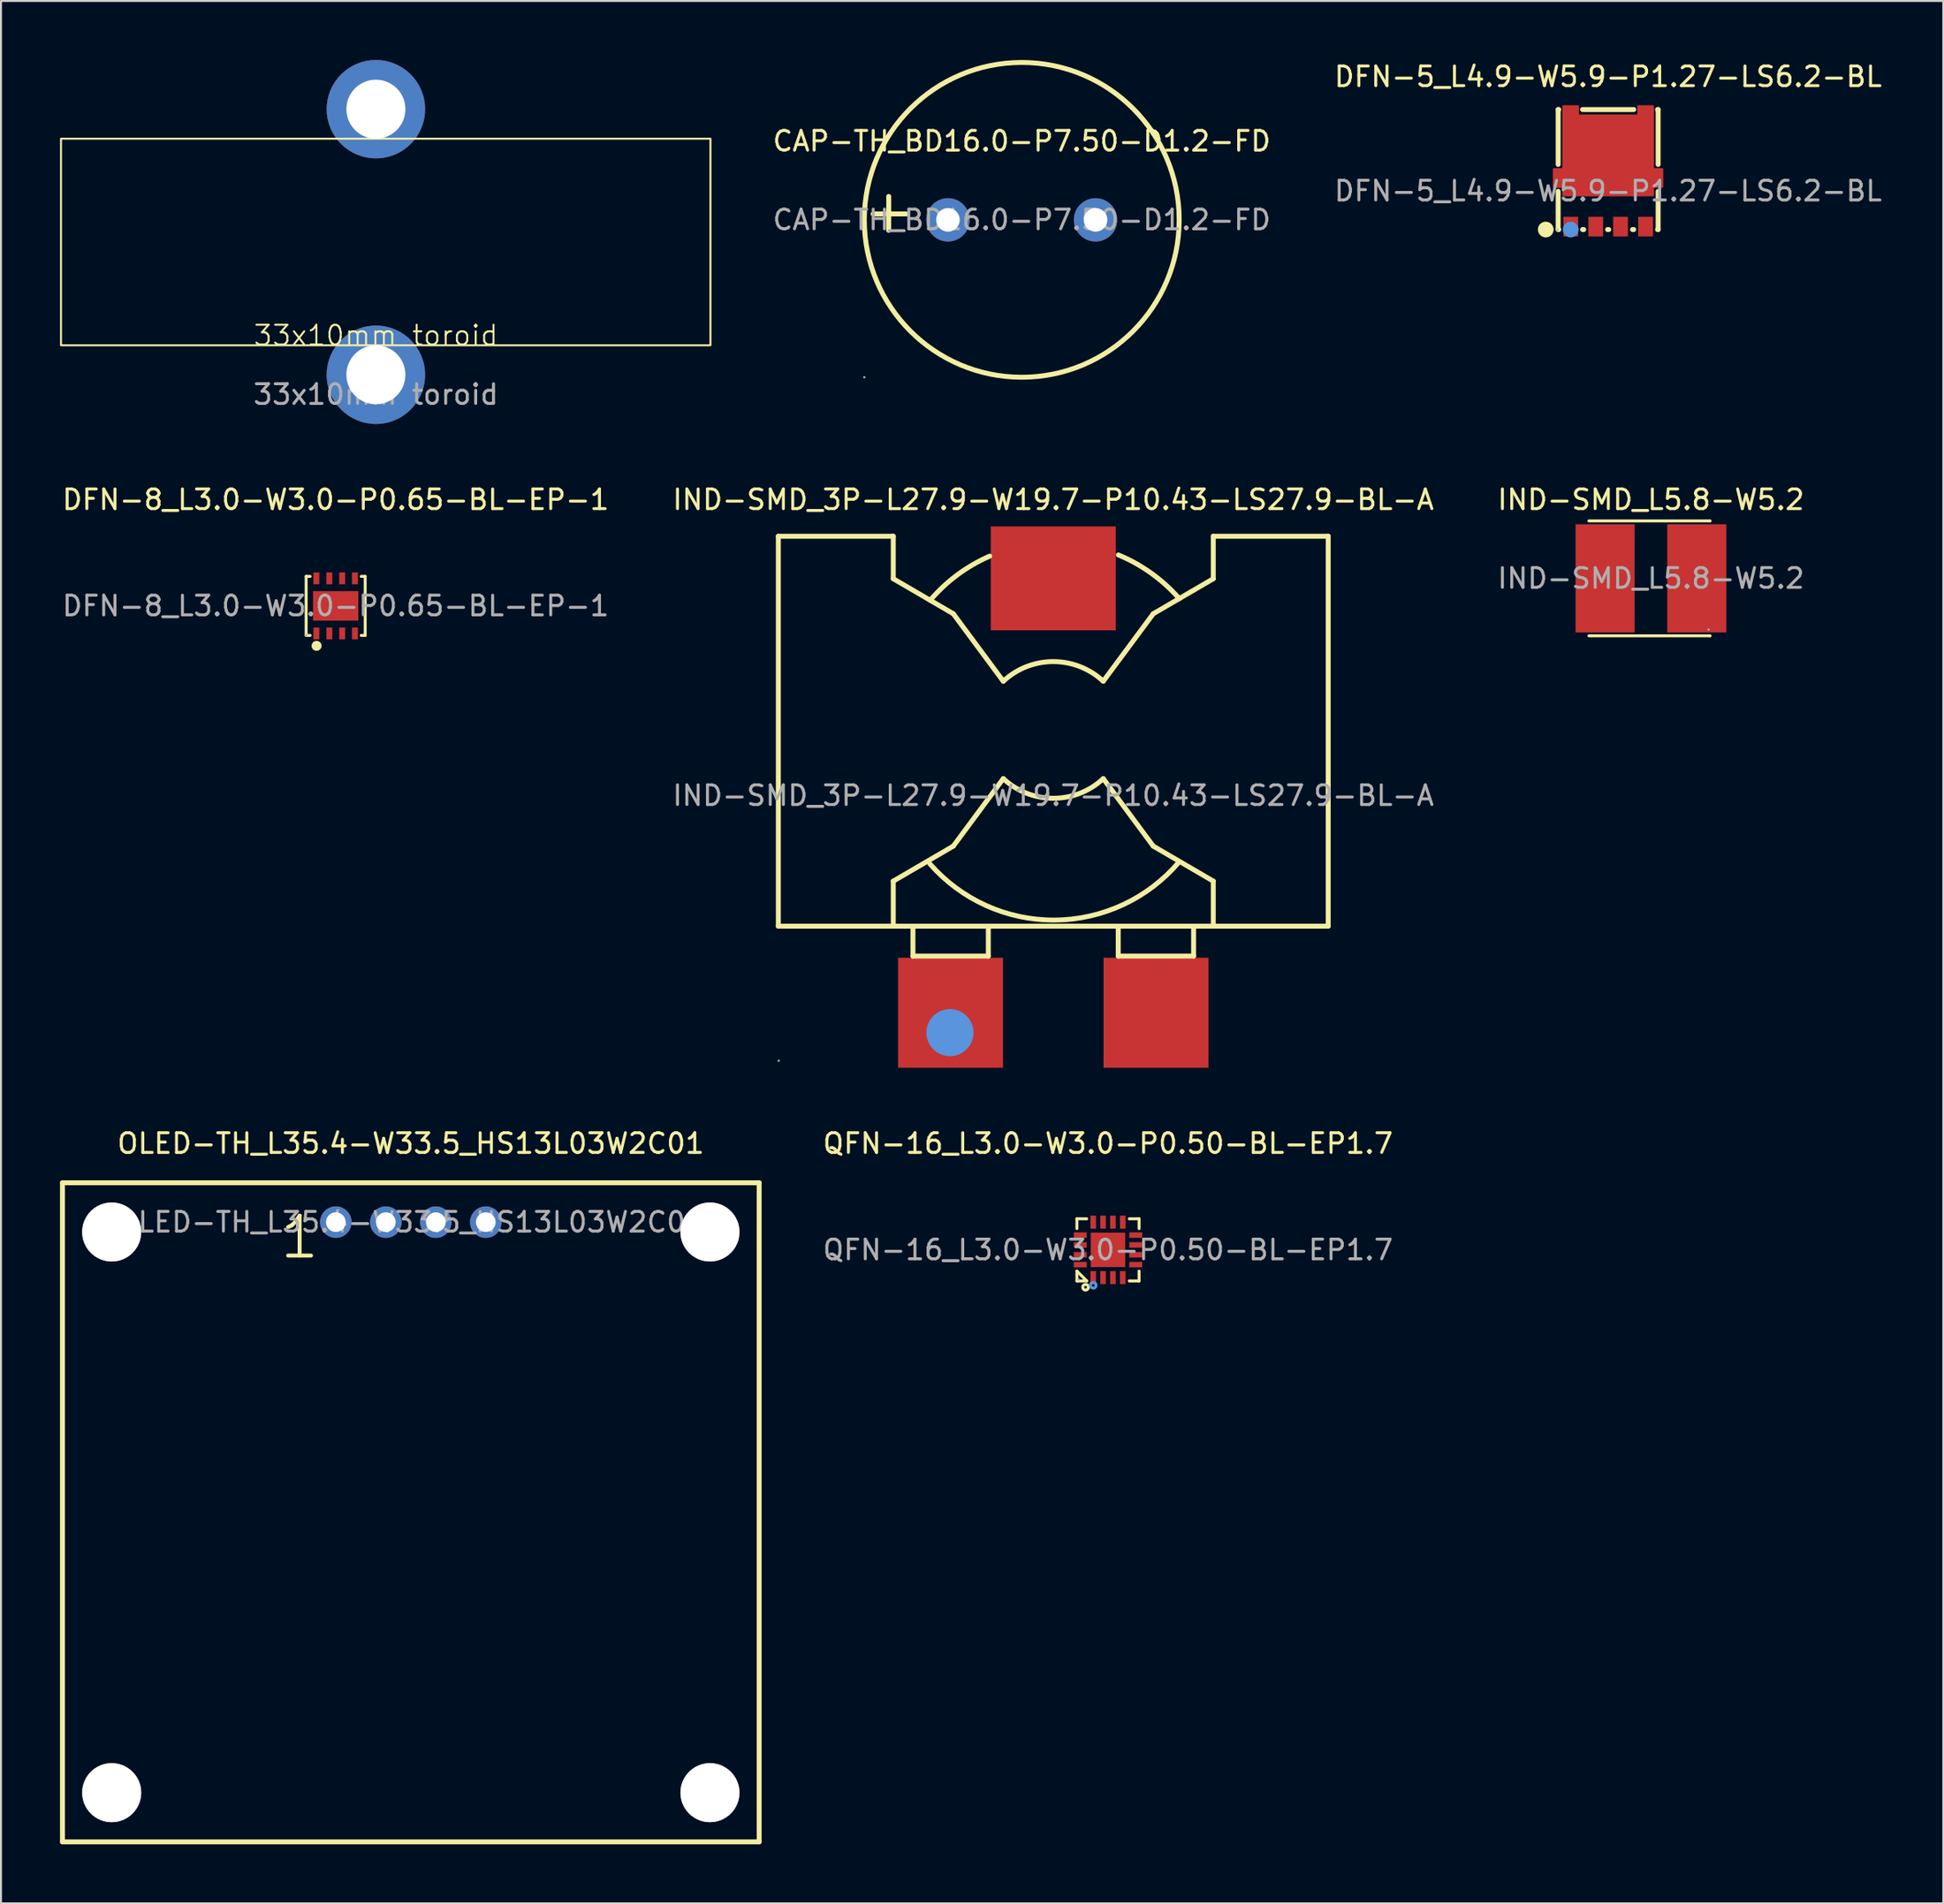
<source format=kicad_pcb>
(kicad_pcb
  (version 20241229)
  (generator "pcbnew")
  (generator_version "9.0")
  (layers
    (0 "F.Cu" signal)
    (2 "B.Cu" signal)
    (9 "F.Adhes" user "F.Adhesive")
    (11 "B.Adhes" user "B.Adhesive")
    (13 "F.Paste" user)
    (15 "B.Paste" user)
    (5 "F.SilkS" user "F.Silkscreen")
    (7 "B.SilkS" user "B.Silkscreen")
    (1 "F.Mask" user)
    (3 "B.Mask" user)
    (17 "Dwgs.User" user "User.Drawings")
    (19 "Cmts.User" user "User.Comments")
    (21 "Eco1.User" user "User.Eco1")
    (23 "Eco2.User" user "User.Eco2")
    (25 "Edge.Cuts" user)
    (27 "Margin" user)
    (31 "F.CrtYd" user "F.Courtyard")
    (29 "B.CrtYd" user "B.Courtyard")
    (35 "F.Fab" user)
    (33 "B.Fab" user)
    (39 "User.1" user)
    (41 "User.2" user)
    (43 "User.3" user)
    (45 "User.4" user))
  (footprint "DFN-8_L3.0-W3.0-P0.65-BL-EP-1"
    (layer "F.Cu")
    (at 14.006 27.748)
    (property "Reference" "DFN-8_L3.0-W3.0-P0.65-BL-EP-1" (at 0 -5.4 0) (layer "F.SilkS") (effects (font (size 1 1) (thickness 0.15))))
    (attr through_hole)
    (fp_line (start -1.5 -1.5) (end -1.5 1.5) (stroke (width 0.15) (type solid)) (layer "F.SilkS"))
    (fp_line (start -1.5 -1.5) (end -1.3 -1.5) (stroke (width 0.15) (type solid)) (layer "F.SilkS"))
    (fp_line (start -1.5 1.5) (end -1.3 1.5) (stroke (width 0.15) (type solid)) (layer "F.SilkS"))
    (fp_line (start 1.3 -1.5) (end 1.5 -1.5) (stroke (width 0.15) (type solid)) (layer "F.SilkS"))
    (fp_line (start 1.3 1.5) (end 1.5 1.5) (stroke (width 0.15) (type solid)) (layer "F.SilkS"))
    (fp_line (start 1.5 -1.5) (end 1.5 1.5) (stroke (width 0.15) (type solid)) (layer "F.SilkS"))
    (fp_circle (center -0.97 2.03) (end -0.84 2.03) (stroke (width 0.25) (type solid)) (fill no) (layer "F.SilkS"))
    (fp_circle (center -1.5 1.5) (end -1.47 1.5) (stroke (width 0.06) (type solid)) (fill no) (layer "F.Fab"))
    (fp_text user "${REFERENCE}" (at 0 0 0) (layer "F.Fab") (effects (font (size 1 1) (thickness 0.15))))
    (pad "1" smd rect (at -0.98 1.4) (size 0.3 0.6) (layers "F.Cu" "F.Mask" "F.Paste"))
    (pad "2" smd rect (at -0.32 1.4) (size 0.3 0.6) (layers "F.Cu" "F.Mask" "F.Paste"))
    (pad "3" smd rect (at 0.33 1.4) (size 0.3 0.6) (layers "F.Cu" "F.Mask" "F.Paste"))
    (pad "4" smd rect (at 0.98 1.4) (size 0.3 0.6) (layers "F.Cu" "F.Mask" "F.Paste"))
    (pad "5" smd rect (at 0.98 -1.4) (size 0.3 0.6) (layers "F.Cu" "F.Mask" "F.Paste"))
    (pad "6" smd rect (at 0.33 -1.4) (size 0.3 0.6) (layers "F.Cu" "F.Mask" "F.Paste"))
    (pad "7" smd rect (at -0.32 -1.4) (size 0.3 0.6) (layers "F.Cu" "F.Mask" "F.Paste"))
    (pad "8" smd rect (at -0.98 -1.4) (size 0.3 0.6) (layers "F.Cu" "F.Mask" "F.Paste"))
    (pad "9" smd rect (at 0 0) (size 2.3 1.5) (layers "F.Cu" "F.Mask" "F.Paste")))
  (footprint "QFN-16_L3.0-W3.0-P0.50-BL-EP1.7"
    (layer "F.Cu")
    (at 53.251 60.481)
    (property "Reference" "QFN-16_L3.0-W3.0-P0.50-BL-EP1.7" (at 0 -5.41 0) (layer "F.SilkS") (effects (font (size 1 1) (thickness 0.15))))
    (attr smd)
    (fp_line (start -1.58 -1.58) (end -1.08 -1.58) (stroke (width 0.15) (type solid)) (layer "F.SilkS"))
    (fp_line (start -1.58 -1.08) (end -1.58 -1.58) (stroke (width 0.15) (type solid)) (layer "F.SilkS"))
    (fp_line (start -1.58 1.08) (end -1.58 1.58) (stroke (width 0.15) (type solid)) (layer "F.SilkS"))
    (fp_line (start -1.58 1.58) (end -1.08 1.58) (stroke (width 0.15) (type solid)) (layer "F.SilkS"))
    (fp_line (start -1.08 1.58) (end -1.58 1.08) (stroke (width 0.15) (type solid)) (layer "F.SilkS"))
    (fp_line (start 1.58 -1.58) (end 1.08 -1.58) (stroke (width 0.15) (type solid)) (layer "F.SilkS"))
    (fp_line (start 1.58 -1.08) (end 1.58 -1.58) (stroke (width 0.15) (type solid)) (layer "F.SilkS"))
    (fp_line (start 1.58 1.08) (end 1.58 1.58) (stroke (width 0.15) (type solid)) (layer "F.SilkS"))
    (fp_line (start 1.58 1.58) (end 1.08 1.58) (stroke (width 0.15) (type solid)) (layer "F.SilkS"))
    (fp_circle (center -1.14 1.9) (end -1.07 1.9) (stroke (width 0.15) (type solid)) (fill no) (layer "F.SilkS"))
    (fp_circle (center -0.75 1.8) (end -0.68 1.8) (stroke (width 0.15) (type solid)) (fill no) (layer "Cmts.User"))
    (fp_circle (center -1.5 1.5) (end -1.47 1.5) (stroke (width 0.06) (type solid)) (fill no) (layer "F.Fab"))
    (fp_text user "${REFERENCE}" (at 0 0 0) (layer "F.Fab") (effects (font (size 1 1) (thickness 0.15))))
    (pad "1" smd rect (at -0.75 1.41) (size 0.28 0.66) (layers "F.Cu" "F.Mask" "F.Paste"))
    (pad "2" smd rect (at -0.25 1.41) (size 0.28 0.66) (layers "F.Cu" "F.Mask" "F.Paste"))
    (pad "3" smd rect (at 0.25 1.41) (size 0.28 0.66) (layers "F.Cu" "F.Mask" "F.Paste"))
    (pad "4" smd rect (at 0.75 1.41) (size 0.28 0.66) (layers "F.Cu" "F.Mask" "F.Paste"))
    (pad "5" smd rect (at 1.41 0.75) (size 0.66 0.28) (layers "F.Cu" "F.Mask" "F.Paste"))
    (pad "6" smd rect (at 1.41 0.25) (size 0.66 0.28) (layers "F.Cu" "F.Mask" "F.Paste"))
    (pad "7" smd rect (at 1.41 -0.25) (size 0.66 0.28) (layers "F.Cu" "F.Mask" "F.Paste"))
    (pad "8" smd rect (at 1.41 -0.75) (size 0.66 0.28) (layers "F.Cu" "F.Mask" "F.Paste"))
    (pad "9" smd rect (at 0.75 -1.41) (size 0.28 0.66) (layers "F.Cu" "F.Mask" "F.Paste"))
    (pad "10" smd rect (at 0.25 -1.41) (size 0.28 0.66) (layers "F.Cu" "F.Mask" "F.Paste"))
    (pad "11" smd rect (at -0.25 -1.41) (size 0.28 0.66) (layers "F.Cu" "F.Mask" "F.Paste"))
    (pad "12" smd rect (at -0.75 -1.41) (size 0.28 0.66) (layers "F.Cu" "F.Mask" "F.Paste"))
    (pad "13" smd rect (at -1.41 -0.75) (size 0.66 0.28) (layers "F.Cu" "F.Mask" "F.Paste"))
    (pad "14" smd rect (at -1.41 -0.25) (size 0.66 0.28) (layers "F.Cu" "F.Mask" "F.Paste"))
    (pad "15" smd rect (at -1.41 0.25) (size 0.66 0.28) (layers "F.Cu" "F.Mask" "F.Paste"))
    (pad "16" smd rect (at -1.41 0.75) (size 0.66 0.28) (layers "F.Cu" "F.Mask" "F.Paste"))
    (pad "17" smd rect (at 0 0) (size 1.75 1.75) (layers "F.Cu" "F.Mask" "F.Paste")))
  (footprint "33x10mm toroid"
    (layer "F.Cu")
    (at 16.05 14.5)
    (property "Reference" "33x10mm toroid" (at 0 -0.5 0) (unlocked yes) (layer "F.SilkS") (effects (font (size 1 1) (thickness 0.1))))
    (attr through_hole)
    (fp_rect (start -16 -10.5) (end 17 0) (stroke (width 0.1) (type default)) (fill no) (layer "F.SilkS"))
    (fp_text user "${REFERENCE}" (at 0 2.5 0) (unlocked yes) (layer "F.Fab") (effects (font (size 1 1) (thickness 0.15))))
    (pad "1" thru_hole circle (at 0 -12) (size 5 5) (drill 3) (layers "*.Cu" "*.Mask"))
    (pad "2" thru_hole circle (at 0 1.5) (size 5 5) (drill 3) (layers "*.Cu" "*.Mask")))
  (footprint "IND-SMD_3P-L27.9-W19.7-P10.43-LS27.9-BL-A"
    (layer "F.Cu")
    (at 50.47 37.388)
    (property "Reference" "IND-SMD_3P-L27.9-W19.7-P10.43-LS27.9-BL-A" (at 0 -15.04 0) (layer "F.SilkS") (effects (font (size 1 1) (thickness 0.15))))
    (attr smd)
    (fp_line (start -13.97 -13.18) (end -13.97 6.64) (stroke (width 0.25) (type solid)) (layer "F.SilkS"))
    (fp_line (start -13.97 -13.18) (end -8.13 -13.18) (stroke (width 0.25) (type solid)) (layer "F.SilkS"))
    (fp_line (start -13.97 6.64) (end 13.97 6.64) (stroke (width 0.25) (type solid)) (layer "F.SilkS"))
    (fp_line (start -8.13 -13.18) (end -8.13 -11.02) (stroke (width 0.25) (type solid)) (layer "F.SilkS"))
    (fp_line (start -8.13 -11.02) (end -5.08 -9.24) (stroke (width 0.25) (type solid)) (layer "F.SilkS"))
    (fp_line (start -8.13 4.35) (end -5.08 2.57) (stroke (width 0.25) (type solid)) (layer "F.SilkS"))
    (fp_line (start -8.13 6.51) (end -8.13 4.35) (stroke (width 0.25) (type solid)) (layer "F.SilkS"))
    (fp_line (start -7.13 6.64) (end -7.13 8.16) (stroke (width 0.25) (type solid)) (layer "F.SilkS"))
    (fp_line (start -7.13 8.16) (end -3.3 8.16) (stroke (width 0.25) (type solid)) (layer "F.SilkS"))
    (fp_line (start -5.08 -9.24) (end -2.54 -5.81) (stroke (width 0.25) (type solid)) (layer "F.SilkS"))
    (fp_line (start -5.08 2.57) (end -2.54 -0.86) (stroke (width 0.25) (type solid)) (layer "F.SilkS"))
    (fp_line (start -3.3 8.16) (end -3.3 6.64) (stroke (width 0.25) (type solid)) (layer "F.SilkS"))
    (fp_line (start 3.3 6.64) (end 3.3 8.16) (stroke (width 0.25) (type solid)) (layer "F.SilkS"))
    (fp_line (start 3.3 8.16) (end 7.13 8.16) (stroke (width 0.25) (type solid)) (layer "F.SilkS"))
    (fp_line (start 5.08 -9.24) (end 2.54 -5.81) (stroke (width 0.25) (type solid)) (layer "F.SilkS"))
    (fp_line (start 5.08 2.57) (end 2.54 -0.86) (stroke (width 0.25) (type solid)) (layer "F.SilkS"))
    (fp_line (start 7.13 8.16) (end 7.13 6.64) (stroke (width 0.25) (type solid)) (layer "F.SilkS"))
    (fp_line (start 8.13 -13.18) (end 8.13 -11.02) (stroke (width 0.25) (type solid)) (layer "F.SilkS"))
    (fp_line (start 8.13 -11.02) (end 5.08 -9.24) (stroke (width 0.25) (type solid)) (layer "F.SilkS"))
    (fp_line (start 8.13 4.35) (end 5.08 2.57) (stroke (width 0.25) (type solid)) (layer "F.SilkS"))
    (fp_line (start 8.13 6.51) (end 8.13 4.35) (stroke (width 0.25) (type solid)) (layer "F.SilkS"))
    (fp_line (start 13.97 -13.18) (end 8.13 -13.18) (stroke (width 0.25) (type solid)) (layer "F.SilkS"))
    (fp_line (start 13.97 6.64) (end 13.97 -13.18) (stroke (width 0.25) (type solid)) (layer "F.SilkS"))
    (fp_arc (start -6.25 -9.93) (mid -4.866587 -11.222643) (end -3.227685 -12.17067) (stroke (width 0.25) (type solid)) (layer "F.SilkS"))
    (fp_arc (start -2.54 -5.81) (mid -0.000989 -6.808874) (end 2.538551 -5.811347) (stroke (width 0.25) (type solid)) (layer "F.SilkS"))
    (fp_arc (start 2.54 -0.86) (mid 0.000989 0.138874) (end -2.538551 -0.858653) (stroke (width 0.25) (type solid)) (layer "F.SilkS"))
    (fp_arc (start 3.31 -12.23) (mid 4.984768 -11.29786) (end 6.403106 -10.008655) (stroke (width 0.25) (type solid)) (layer "F.SilkS"))
    (fp_arc (start 6.38 3.39) (mid 0.073854 6.329539) (end -6.269685 3.47159) (stroke (width 0.25) (type solid)) (layer "F.SilkS"))
    (fp_circle (center -5.25 12.05) (end -4.65 12.05) (stroke (width 1.2) (type solid)) (fill no) (layer "Cmts.User"))
    (fp_circle (center -13.95 13.48) (end -13.92 13.48) (stroke (width 0.06) (type solid)) (fill no) (layer "F.Fab"))
    (fp_text user "${REFERENCE}" (at 0 0 0) (layer "F.Fab") (effects (font (size 1 1) (thickness 0.15))))
    (pad "1" smd rect (at -5.22 11.04) (size 5.33 5.59) (layers "F.Cu" "F.Mask" "F.Paste"))
    (pad "2" smd rect (at 5.22 11.04) (size 5.33 5.59) (layers "F.Cu" "F.Mask" "F.Paste"))
    (pad "3" smd rect (at 0 -11.04) (size 6.35 5.28) (layers "F.Cu" "F.Mask" "F.Paste")))
  (footprint "CAP-TH_BD16.0-P7.50-D1.2-FD"
    (layer "F.Cu")
    (at 48.868 8.125)
    (property "Reference" "CAP-TH_BD16.0-P7.50-D1.2-FD" (at 0 -4 0) (layer "F.SilkS") (effects (font (size 1 1) (thickness 0.15))))
    (attr through_hole)
    (fp_line (start -6.76 0.53) (end -6.76 -1.19) (stroke (width 0.25) (type solid)) (layer "F.SilkS"))
    (fp_line (start -5.87 -0.3) (end -7.55 -0.3) (stroke (width 0.25) (type solid)) (layer "F.SilkS"))
    (fp_circle (center 0 0) (end 8 0) (stroke (width 0.25) (type solid)) (fill no) (layer "F.SilkS"))
    (fp_circle (center -8 8) (end -7.97 8) (stroke (width 0.06) (type solid)) (fill no) (layer "F.Fab"))
    (fp_circle (center -3.75 0) (end -3.55 0) (stroke (width 0.4) (type solid)) (fill no) (layer "F.Fab"))
    (fp_circle (center 3.75 0) (end 3.95 0) (stroke (width 0.4) (type solid)) (fill no) (layer "F.Fab"))
    (fp_text user "${REFERENCE}" (at 0 0 0) (layer "F.Fab") (effects (font (size 1 1) (thickness 0.15))))
    (pad "1" thru_hole circle (at -3.75 0) (size 2.2 2.2) (drill 1.2) (layers "*.Cu" "*.Mask"))
    (pad "2" thru_hole circle (at 3.75 0) (size 2.2 2.2) (drill 1.2) (layers "*.Cu" "*.Mask")))
  (footprint "DFN-5_L4.9-W5.9-P1.27-LS6.2-BL"
    (layer "F.Cu")
    (at 78.665 6.658)
    (property "Reference" "DFN-5_L4.9-W5.9-P1.27-LS6.2-BL" (at 0 -5.81 0) (layer "F.SilkS") (effects (font (size 1 1) (thickness 0.15))))
    (attr through_hole)
    (fp_line (start -2.54 -4.14) (end -2.51 -4.14) (stroke (width 0.25) (type solid)) (layer "F.SilkS"))
    (fp_line (start -2.54 -1.35) (end -2.54 -4.14) (stroke (width 0.25) (type solid)) (layer "F.SilkS"))
    (fp_line (start -2.54 1.96) (end -2.54 0.02) (stroke (width 0.25) (type solid)) (layer "F.SilkS"))
    (fp_line (start -2.51 1.96) (end -2.54 1.96) (stroke (width 0.25) (type solid)) (layer "F.SilkS"))
    (fp_line (start -1.3 -4.14) (end 1.3 -4.14) (stroke (width 0.25) (type solid)) (layer "F.SilkS"))
    (fp_line (start -1.24 1.96) (end -1.3 1.96) (stroke (width 0.25) (type solid)) (layer "F.SilkS"))
    (fp_line (start 0.03 1.96) (end -0.03 1.96) (stroke (width 0.25) (type solid)) (layer "F.SilkS"))
    (fp_line (start 1.3 1.96) (end 1.24 1.96) (stroke (width 0.25) (type solid)) (layer "F.SilkS"))
    (fp_line (start 2.51 -4.14) (end 2.54 -4.14) (stroke (width 0.25) (type solid)) (layer "F.SilkS"))
    (fp_line (start 2.54 -4.14) (end 2.54 -1.35) (stroke (width 0.25) (type solid)) (layer "F.SilkS"))
    (fp_line (start 2.54 0.02) (end 2.54 1.96) (stroke (width 0.25) (type solid)) (layer "F.SilkS"))
    (fp_line (start 2.54 1.96) (end 2.51 1.96) (stroke (width 0.25) (type solid)) (layer "F.SilkS"))
    (fp_circle (center -3.17 1.96) (end -2.97 1.96) (stroke (width 0.4) (type solid)) (fill no) (layer "F.SilkS"))
    (fp_circle (center -1.9 1.96) (end -1.7 1.96) (stroke (width 0.4) (type solid)) (fill no) (layer "Cmts.User"))
    (fp_circle (center -2.58 1.99) (end -2.55 1.99) (stroke (width 0.06) (type solid)) (fill no) (layer "F.Fab"))
    (fp_text user "${REFERENCE}" (at 0 0 0) (layer "F.Fab") (effects (font (size 1 1) (thickness 0.15))))
    (pad "1" smd rect (at -1.9 1.81) (size 0.75 1) (layers "F.Cu" "F.Mask" "F.Paste"))
    (pad "2" smd rect (at -0.63 1.81) (size 0.75 1) (layers "F.Cu" "F.Mask" "F.Paste"))
    (pad "3" smd rect (at 0.63 1.81) (size 0.75 1) (layers "F.Cu" "F.Mask" "F.Paste"))
    (pad "4" smd rect (at 1.9 1.81) (size 0.75 1) (layers "F.Cu" "F.Mask" "F.Paste"))
    (pad "5" smd custom (at 0 -1.81) (size 0.01 0.01) (layers "F.Cu" "F.Mask" "F.Paste") (options (anchor circle)) (primitives (gr_poly (pts (xy -2.28 -2.5) (xy -2.28 0.7) (xy -2.76 0.7) (xy -2.76 1.6) (xy -2.28 1.6) (xy -2.28 2.03) (xy 2.28 2.03) (xy 2.28 1.6) (xy 2.75 1.6) (xy 2.75 0.7) (xy 2.28 0.7) (xy 2.28 -2.5) (xy 1.53 -2.5) (xy 1.53 -2.03) (xy -1.53 -2.03) (xy -1.53 -2.5)) (width 0.1) (fill yes)))))
  (footprint "IND-SMD_L5.8-W5.2"
    (layer "F.Cu")
    (at 80.839 26.348)
    (property "Reference" "IND-SMD_L5.8-W5.2" (at 0 -4 0) (layer "F.SilkS") (effects (font (size 1 1) (thickness 0.15))))
    (attr smd)
    (fp_line (start -3.15 -2.92) (end 3 -2.92) (stroke (width 0.15) (type solid)) (layer "F.SilkS"))
    (fp_line (start -3.15 2.92) (end 3 2.92) (stroke (width 0.15) (type solid)) (layer "F.SilkS"))
    (fp_line (start 3 -2.92) (end 3 -2.92) (stroke (width 0.15) (type solid)) (layer "F.SilkS"))
    (fp_line (start 3 2.92) (end 3 2.92) (stroke (width 0.15) (type solid)) (layer "F.SilkS"))
    (fp_circle (center 2.93 2.6) (end 2.96 2.6) (stroke (width 0.06) (type solid)) (fill no) (layer "F.Fab"))
    (fp_text user "${REFERENCE}" (at 0 0 0) (layer "F.Fab") (effects (font (size 1 1) (thickness 0.15))))
    (pad "1" smd rect (at 2.33 0) (size 3 5.5) (layers "F.Cu" "F.Mask" "F.Paste"))
    (pad "2" smd rect (at -2.33 0) (size 3 5.5) (layers "F.Cu" "F.Mask" "F.Paste")))
  (footprint "OLED-TH_L35.4-W33.5_HS13L03W2C01"
    (layer "F.Cu")
    (at 17.825 59.072)
    (property "Reference" "OLED-TH_L35.4-W33.5_HS13L03W2C01" (at 0 -4 0) (layer "F.SilkS") (effects (font (size 1 1) (thickness 0.15))))
    (attr through_hole)
    (fp_line (start -17.7 -2) (end 17.7 -2) (stroke (width 0.25) (type solid)) (layer "F.SilkS"))
    (fp_line (start -17.7 31.5) (end -17.7 -2) (stroke (width 0.25) (type solid)) (layer "F.SilkS"))
    (fp_line (start 17.7 -2) (end 17.7 31.5) (stroke (width 0.25) (type solid)) (layer "F.SilkS"))
    (fp_line (start 17.7 31.5) (end -17.7 31.5) (stroke (width 0.25) (type solid)) (layer "F.SilkS"))
    (fp_text user "1" (at -6.75 0.77 0) (layer "F.SilkS") (effects (font (size 2.03 2.03) (thickness 0.2)) (justify left)))
    (fp_text user "${REFERENCE}" (at 0 0 0) (layer "F.Fab") (effects (font (size 1 1) (thickness 0.15))))
    (pad "" thru_hole circle (at -15.2 0.5) (size 3 3) (drill 3) (layers "*.Cu" "*.Mask"))
    (pad "" thru_hole circle (at -15.2 29) (size 3 3) (drill 3) (layers "*.Cu" "*.Mask"))
    (pad "" thru_hole circle (at 15.2 0.5) (size 3 3) (drill 3) (layers "*.Cu" "*.Mask"))
    (pad "" thru_hole circle (at 15.2 29) (size 3 3) (drill 3) (layers "*.Cu" "*.Mask"))
    (pad "1" thru_hole circle (at -3.81 0) (size 1.6 1.6) (drill 1) (layers "*.Cu" "*.Mask"))
    (pad "2" thru_hole circle (at -1.27 0) (size 1.6 1.6) (drill 1) (layers "*.Cu" "*.Mask"))
    (pad "3" thru_hole circle (at 1.27 0) (size 1.6 1.6) (drill 1) (layers "*.Cu" "*.Mask"))
    (pad "4" thru_hole circle (at 3.81 0) (size 1.6 1.6) (drill 1) (layers "*.Cu" "*.Mask")))
  (gr_rect
    (start -3 -3)
    (end 95.695 93.697)
    (stroke (width 0.1) (type default))
    (fill no)
    (layer "Edge.Cuts")))
</source>
